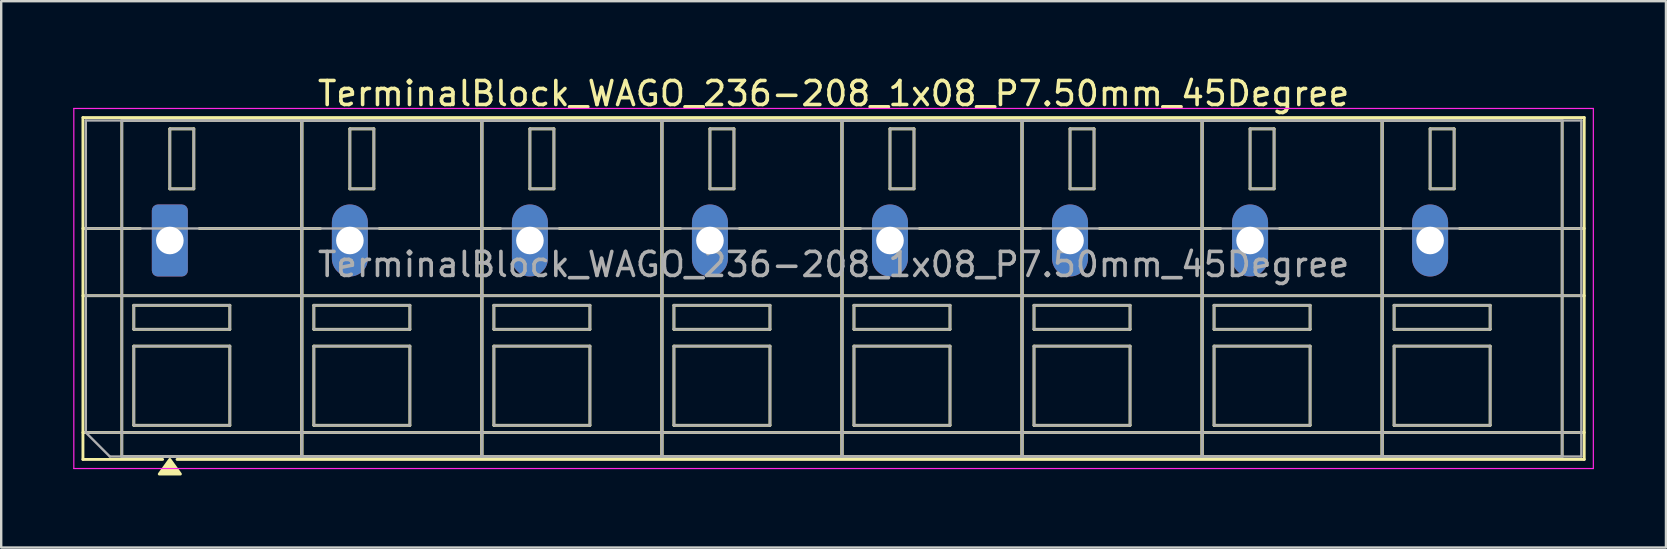
<source format=kicad_pcb>
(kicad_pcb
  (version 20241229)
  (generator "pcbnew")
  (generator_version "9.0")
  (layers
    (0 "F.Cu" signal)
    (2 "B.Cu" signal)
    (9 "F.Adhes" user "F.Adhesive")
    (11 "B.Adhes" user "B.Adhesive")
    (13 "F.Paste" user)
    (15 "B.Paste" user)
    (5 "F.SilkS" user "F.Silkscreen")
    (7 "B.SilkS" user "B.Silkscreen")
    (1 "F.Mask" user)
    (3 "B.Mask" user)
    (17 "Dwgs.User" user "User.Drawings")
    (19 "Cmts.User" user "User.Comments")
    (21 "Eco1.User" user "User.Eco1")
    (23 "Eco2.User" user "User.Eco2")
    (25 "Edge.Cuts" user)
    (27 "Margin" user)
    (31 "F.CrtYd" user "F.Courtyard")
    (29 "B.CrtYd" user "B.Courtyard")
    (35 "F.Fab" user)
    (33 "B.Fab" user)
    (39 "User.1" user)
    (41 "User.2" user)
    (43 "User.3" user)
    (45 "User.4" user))
  (footprint "TerminalBlock_WAGO_236-208_1x08_P7.50mm_45Degree"
    (layer "F.Cu")
    (at 4.025 6.968)
    (property "Reference" "TerminalBlock_WAGO_236-208_1x08_P7.50mm_45Degree" (at 27.65 -6.12 0) (layer "F.SilkS") (effects (font (size 1 1) (thickness 0.15))))
    (attr through_hole)
    (fp_line (start -3.62 -5.12) (end -3.62 9.12) (stroke (width 0.12) (type solid)) (layer "F.SilkS"))
    (fp_line (start -3.62 -5.12) (end 58.92 -5.12) (stroke (width 0.12) (type solid)) (layer "F.SilkS"))
    (fp_line (start -3.62 -0.5) (end -1.23 -0.5) (stroke (width 0.12) (type solid)) (layer "F.SilkS"))
    (fp_line (start -3.62 2.3) (end 58.92 2.3) (stroke (width 0.12) (type solid)) (layer "F.SilkS"))
    (fp_line (start -3.62 8) (end 58.92 8) (stroke (width 0.12) (type solid)) (layer "F.SilkS"))
    (fp_line (start -3.62 9.12) (end -0.3 9.12) (stroke (width 0.12) (type solid)) (layer "F.SilkS"))
    (fp_line (start -2 -5) (end -2 9) (stroke (width 0.12) (type solid)) (layer "F.SilkS"))
    (fp_line (start -2 -5) (end 5.5 -5) (stroke (width 0.12) (type solid)) (layer "F.SilkS"))
    (fp_line (start -2 9) (end 5.5 9) (stroke (width 0.12) (type solid)) (layer "F.SilkS"))
    (fp_line (start -1.5 2.7) (end -1.5 3.7) (stroke (width 0.12) (type solid)) (layer "F.SilkS"))
    (fp_line (start -1.5 2.7) (end 2.5 2.7) (stroke (width 0.12) (type solid)) (layer "F.SilkS"))
    (fp_line (start -1.5 3.7) (end 2.5 3.7) (stroke (width 0.12) (type solid)) (layer "F.SilkS"))
    (fp_line (start -1.5 4.4) (end -1.5 7.7) (stroke (width 0.12) (type solid)) (layer "F.SilkS"))
    (fp_line (start -1.5 4.4) (end 2.5 4.4) (stroke (width 0.12) (type solid)) (layer "F.SilkS"))
    (fp_line (start -1.5 7.7) (end 2.5 7.7) (stroke (width 0.12) (type solid)) (layer "F.SilkS"))
    (fp_line (start 0 -4.65) (end 0 -2.15) (stroke (width 0.12) (type solid)) (layer "F.SilkS"))
    (fp_line (start 0 -4.65) (end 1 -4.65) (stroke (width 0.12) (type solid)) (layer "F.SilkS"))
    (fp_line (start 0 -2.15) (end 1 -2.15) (stroke (width 0.12) (type solid)) (layer "F.SilkS"))
    (fp_line (start 0.3 9.12) (end 58.92 9.12) (stroke (width 0.12) (type solid)) (layer "F.SilkS"))
    (fp_line (start 1 -4.65) (end 1 -2.15) (stroke (width 0.12) (type solid)) (layer "F.SilkS"))
    (fp_line (start 1.23 -0.5) (end 6.27 -0.5) (stroke (width 0.12) (type solid)) (layer "F.SilkS"))
    (fp_line (start 2.5 2.7) (end 2.5 3.7) (stroke (width 0.12) (type solid)) (layer "F.SilkS"))
    (fp_line (start 2.5 4.4) (end 2.5 7.7) (stroke (width 0.12) (type solid)) (layer "F.SilkS"))
    (fp_line (start 5.5 -5) (end 5.5 9) (stroke (width 0.12) (type solid)) (layer "F.SilkS"))
    (fp_line (start 5.5 -5) (end 5.5 9) (stroke (width 0.12) (type solid)) (layer "F.SilkS"))
    (fp_line (start 5.5 -5) (end 13 -5) (stroke (width 0.12) (type solid)) (layer "F.SilkS"))
    (fp_line (start 5.5 9) (end 13 9) (stroke (width 0.12) (type solid)) (layer "F.SilkS"))
    (fp_line (start 6 2.7) (end 6 3.7) (stroke (width 0.12) (type solid)) (layer "F.SilkS"))
    (fp_line (start 6 2.7) (end 10 2.7) (stroke (width 0.12) (type solid)) (layer "F.SilkS"))
    (fp_line (start 6 3.7) (end 10 3.7) (stroke (width 0.12) (type solid)) (layer "F.SilkS"))
    (fp_line (start 6 4.4) (end 6 7.7) (stroke (width 0.12) (type solid)) (layer "F.SilkS"))
    (fp_line (start 6 4.4) (end 10 4.4) (stroke (width 0.12) (type solid)) (layer "F.SilkS"))
    (fp_line (start 6 7.7) (end 10 7.7) (stroke (width 0.12) (type solid)) (layer "F.SilkS"))
    (fp_line (start 7.5 -4.65) (end 7.5 -2.15) (stroke (width 0.12) (type solid)) (layer "F.SilkS"))
    (fp_line (start 7.5 -4.65) (end 8.5 -4.65) (stroke (width 0.12) (type solid)) (layer "F.SilkS"))
    (fp_line (start 7.5 -2.15) (end 8.5 -2.15) (stroke (width 0.12) (type solid)) (layer "F.SilkS"))
    (fp_line (start 8.5 -4.65) (end 8.5 -2.15) (stroke (width 0.12) (type solid)) (layer "F.SilkS"))
    (fp_line (start 8.73 -0.5) (end 13.77 -0.5) (stroke (width 0.12) (type solid)) (layer "F.SilkS"))
    (fp_line (start 10 2.7) (end 10 3.7) (stroke (width 0.12) (type solid)) (layer "F.SilkS"))
    (fp_line (start 10 4.4) (end 10 7.7) (stroke (width 0.12) (type solid)) (layer "F.SilkS"))
    (fp_line (start 13 -5) (end 13 9) (stroke (width 0.12) (type solid)) (layer "F.SilkS"))
    (fp_line (start 13 -5) (end 13 9) (stroke (width 0.12) (type solid)) (layer "F.SilkS"))
    (fp_line (start 13 -5) (end 20.5 -5) (stroke (width 0.12) (type solid)) (layer "F.SilkS"))
    (fp_line (start 13 9) (end 20.5 9) (stroke (width 0.12) (type solid)) (layer "F.SilkS"))
    (fp_line (start 13.5 2.7) (end 13.5 3.7) (stroke (width 0.12) (type solid)) (layer "F.SilkS"))
    (fp_line (start 13.5 2.7) (end 17.5 2.7) (stroke (width 0.12) (type solid)) (layer "F.SilkS"))
    (fp_line (start 13.5 3.7) (end 17.5 3.7) (stroke (width 0.12) (type solid)) (layer "F.SilkS"))
    (fp_line (start 13.5 4.4) (end 13.5 7.7) (stroke (width 0.12) (type solid)) (layer "F.SilkS"))
    (fp_line (start 13.5 4.4) (end 17.5 4.4) (stroke (width 0.12) (type solid)) (layer "F.SilkS"))
    (fp_line (start 13.5 7.7) (end 17.5 7.7) (stroke (width 0.12) (type solid)) (layer "F.SilkS"))
    (fp_line (start 15 -4.65) (end 15 -2.15) (stroke (width 0.12) (type solid)) (layer "F.SilkS"))
    (fp_line (start 15 -4.65) (end 16 -4.65) (stroke (width 0.12) (type solid)) (layer "F.SilkS"))
    (fp_line (start 15 -2.15) (end 16 -2.15) (stroke (width 0.12) (type solid)) (layer "F.SilkS"))
    (fp_line (start 16 -4.65) (end 16 -2.15) (stroke (width 0.12) (type solid)) (layer "F.SilkS"))
    (fp_line (start 16.23 -0.5) (end 21.27 -0.5) (stroke (width 0.12) (type solid)) (layer "F.SilkS"))
    (fp_line (start 17.5 2.7) (end 17.5 3.7) (stroke (width 0.12) (type solid)) (layer "F.SilkS"))
    (fp_line (start 17.5 4.4) (end 17.5 7.7) (stroke (width 0.12) (type solid)) (layer "F.SilkS"))
    (fp_line (start 20.5 -5) (end 20.5 9) (stroke (width 0.12) (type solid)) (layer "F.SilkS"))
    (fp_line (start 20.5 -5) (end 20.5 9) (stroke (width 0.12) (type solid)) (layer "F.SilkS"))
    (fp_line (start 20.5 -5) (end 28 -5) (stroke (width 0.12) (type solid)) (layer "F.SilkS"))
    (fp_line (start 20.5 9) (end 28 9) (stroke (width 0.12) (type solid)) (layer "F.SilkS"))
    (fp_line (start 21 2.7) (end 21 3.7) (stroke (width 0.12) (type solid)) (layer "F.SilkS"))
    (fp_line (start 21 2.7) (end 25 2.7) (stroke (width 0.12) (type solid)) (layer "F.SilkS"))
    (fp_line (start 21 3.7) (end 25 3.7) (stroke (width 0.12) (type solid)) (layer "F.SilkS"))
    (fp_line (start 21 4.4) (end 21 7.7) (stroke (width 0.12) (type solid)) (layer "F.SilkS"))
    (fp_line (start 21 4.4) (end 25 4.4) (stroke (width 0.12) (type solid)) (layer "F.SilkS"))
    (fp_line (start 21 7.7) (end 25 7.7) (stroke (width 0.12) (type solid)) (layer "F.SilkS"))
    (fp_line (start 22.5 -4.65) (end 22.5 -2.15) (stroke (width 0.12) (type solid)) (layer "F.SilkS"))
    (fp_line (start 22.5 -4.65) (end 23.5 -4.65) (stroke (width 0.12) (type solid)) (layer "F.SilkS"))
    (fp_line (start 22.5 -2.15) (end 23.5 -2.15) (stroke (width 0.12) (type solid)) (layer "F.SilkS"))
    (fp_line (start 23.5 -4.65) (end 23.5 -2.15) (stroke (width 0.12) (type solid)) (layer "F.SilkS"))
    (fp_line (start 23.73 -0.5) (end 28.77 -0.5) (stroke (width 0.12) (type solid)) (layer "F.SilkS"))
    (fp_line (start 25 2.7) (end 25 3.7) (stroke (width 0.12) (type solid)) (layer "F.SilkS"))
    (fp_line (start 25 4.4) (end 25 7.7) (stroke (width 0.12) (type solid)) (layer "F.SilkS"))
    (fp_line (start 28 -5) (end 28 9) (stroke (width 0.12) (type solid)) (layer "F.SilkS"))
    (fp_line (start 28 -5) (end 28 9) (stroke (width 0.12) (type solid)) (layer "F.SilkS"))
    (fp_line (start 28 -5) (end 35.5 -5) (stroke (width 0.12) (type solid)) (layer "F.SilkS"))
    (fp_line (start 28 9) (end 35.5 9) (stroke (width 0.12) (type solid)) (layer "F.SilkS"))
    (fp_line (start 28.5 2.7) (end 28.5 3.7) (stroke (width 0.12) (type solid)) (layer "F.SilkS"))
    (fp_line (start 28.5 2.7) (end 32.5 2.7) (stroke (width 0.12) (type solid)) (layer "F.SilkS"))
    (fp_line (start 28.5 3.7) (end 32.5 3.7) (stroke (width 0.12) (type solid)) (layer "F.SilkS"))
    (fp_line (start 28.5 4.4) (end 28.5 7.7) (stroke (width 0.12) (type solid)) (layer "F.SilkS"))
    (fp_line (start 28.5 4.4) (end 32.5 4.4) (stroke (width 0.12) (type solid)) (layer "F.SilkS"))
    (fp_line (start 28.5 7.7) (end 32.5 7.7) (stroke (width 0.12) (type solid)) (layer "F.SilkS"))
    (fp_line (start 30 -4.65) (end 30 -2.15) (stroke (width 0.12) (type solid)) (layer "F.SilkS"))
    (fp_line (start 30 -4.65) (end 31 -4.65) (stroke (width 0.12) (type solid)) (layer "F.SilkS"))
    (fp_line (start 30 -2.15) (end 31 -2.15) (stroke (width 0.12) (type solid)) (layer "F.SilkS"))
    (fp_line (start 31 -4.65) (end 31 -2.15) (stroke (width 0.12) (type solid)) (layer "F.SilkS"))
    (fp_line (start 31.23 -0.5) (end 36.27 -0.5) (stroke (width 0.12) (type solid)) (layer "F.SilkS"))
    (fp_line (start 32.5 2.7) (end 32.5 3.7) (stroke (width 0.12) (type solid)) (layer "F.SilkS"))
    (fp_line (start 32.5 4.4) (end 32.5 7.7) (stroke (width 0.12) (type solid)) (layer "F.SilkS"))
    (fp_line (start 35.5 -5) (end 35.5 9) (stroke (width 0.12) (type solid)) (layer "F.SilkS"))
    (fp_line (start 35.5 -5) (end 35.5 9) (stroke (width 0.12) (type solid)) (layer "F.SilkS"))
    (fp_line (start 35.5 -5) (end 43 -5) (stroke (width 0.12) (type solid)) (layer "F.SilkS"))
    (fp_line (start 35.5 9) (end 43 9) (stroke (width 0.12) (type solid)) (layer "F.SilkS"))
    (fp_line (start 36 2.7) (end 36 3.7) (stroke (width 0.12) (type solid)) (layer "F.SilkS"))
    (fp_line (start 36 2.7) (end 40 2.7) (stroke (width 0.12) (type solid)) (layer "F.SilkS"))
    (fp_line (start 36 3.7) (end 40 3.7) (stroke (width 0.12) (type solid)) (layer "F.SilkS"))
    (fp_line (start 36 4.4) (end 36 7.7) (stroke (width 0.12) (type solid)) (layer "F.SilkS"))
    (fp_line (start 36 4.4) (end 40 4.4) (stroke (width 0.12) (type solid)) (layer "F.SilkS"))
    (fp_line (start 36 7.7) (end 40 7.7) (stroke (width 0.12) (type solid)) (layer "F.SilkS"))
    (fp_line (start 37.5 -4.65) (end 37.5 -2.15) (stroke (width 0.12) (type solid)) (layer "F.SilkS"))
    (fp_line (start 37.5 -4.65) (end 38.5 -4.65) (stroke (width 0.12) (type solid)) (layer "F.SilkS"))
    (fp_line (start 37.5 -2.15) (end 38.5 -2.15) (stroke (width 0.12) (type solid)) (layer "F.SilkS"))
    (fp_line (start 38.5 -4.65) (end 38.5 -2.15) (stroke (width 0.12) (type solid)) (layer "F.SilkS"))
    (fp_line (start 38.73 -0.5) (end 43.77 -0.5) (stroke (width 0.12) (type solid)) (layer "F.SilkS"))
    (fp_line (start 40 2.7) (end 40 3.7) (stroke (width 0.12) (type solid)) (layer "F.SilkS"))
    (fp_line (start 40 4.4) (end 40 7.7) (stroke (width 0.12) (type solid)) (layer "F.SilkS"))
    (fp_line (start 43 -5) (end 43 9) (stroke (width 0.12) (type solid)) (layer "F.SilkS"))
    (fp_line (start 43 -5) (end 43 9) (stroke (width 0.12) (type solid)) (layer "F.SilkS"))
    (fp_line (start 43 -5) (end 50.5 -5) (stroke (width 0.12) (type solid)) (layer "F.SilkS"))
    (fp_line (start 43 9) (end 50.5 9) (stroke (width 0.12) (type solid)) (layer "F.SilkS"))
    (fp_line (start 43.5 2.7) (end 43.5 3.7) (stroke (width 0.12) (type solid)) (layer "F.SilkS"))
    (fp_line (start 43.5 2.7) (end 47.5 2.7) (stroke (width 0.12) (type solid)) (layer "F.SilkS"))
    (fp_line (start 43.5 3.7) (end 47.5 3.7) (stroke (width 0.12) (type solid)) (layer "F.SilkS"))
    (fp_line (start 43.5 4.4) (end 43.5 7.7) (stroke (width 0.12) (type solid)) (layer "F.SilkS"))
    (fp_line (start 43.5 4.4) (end 47.5 4.4) (stroke (width 0.12) (type solid)) (layer "F.SilkS"))
    (fp_line (start 43.5 7.7) (end 47.5 7.7) (stroke (width 0.12) (type solid)) (layer "F.SilkS"))
    (fp_line (start 45 -4.65) (end 45 -2.15) (stroke (width 0.12) (type solid)) (layer "F.SilkS"))
    (fp_line (start 45 -4.65) (end 46 -4.65) (stroke (width 0.12) (type solid)) (layer "F.SilkS"))
    (fp_line (start 45 -2.15) (end 46 -2.15) (stroke (width 0.12) (type solid)) (layer "F.SilkS"))
    (fp_line (start 46 -4.65) (end 46 -2.15) (stroke (width 0.12) (type solid)) (layer "F.SilkS"))
    (fp_line (start 46.23 -0.5) (end 51.27 -0.5) (stroke (width 0.12) (type solid)) (layer "F.SilkS"))
    (fp_line (start 47.5 2.7) (end 47.5 3.7) (stroke (width 0.12) (type solid)) (layer "F.SilkS"))
    (fp_line (start 47.5 4.4) (end 47.5 7.7) (stroke (width 0.12) (type solid)) (layer "F.SilkS"))
    (fp_line (start 50.5 -5) (end 50.5 9) (stroke (width 0.12) (type solid)) (layer "F.SilkS"))
    (fp_line (start 50.5 -5) (end 50.5 9) (stroke (width 0.12) (type solid)) (layer "F.SilkS"))
    (fp_line (start 50.5 -5) (end 58 -5) (stroke (width 0.12) (type solid)) (layer "F.SilkS"))
    (fp_line (start 50.5 9) (end 58 9) (stroke (width 0.12) (type solid)) (layer "F.SilkS"))
    (fp_line (start 51 2.7) (end 51 3.7) (stroke (width 0.12) (type solid)) (layer "F.SilkS"))
    (fp_line (start 51 2.7) (end 55 2.7) (stroke (width 0.12) (type solid)) (layer "F.SilkS"))
    (fp_line (start 51 3.7) (end 55 3.7) (stroke (width 0.12) (type solid)) (layer "F.SilkS"))
    (fp_line (start 51 4.4) (end 51 7.7) (stroke (width 0.12) (type solid)) (layer "F.SilkS"))
    (fp_line (start 51 4.4) (end 55 4.4) (stroke (width 0.12) (type solid)) (layer "F.SilkS"))
    (fp_line (start 51 7.7) (end 55 7.7) (stroke (width 0.12) (type solid)) (layer "F.SilkS"))
    (fp_line (start 52.5 -4.65) (end 52.5 -2.15) (stroke (width 0.12) (type solid)) (layer "F.SilkS"))
    (fp_line (start 52.5 -4.65) (end 53.5 -4.65) (stroke (width 0.12) (type solid)) (layer "F.SilkS"))
    (fp_line (start 52.5 -2.15) (end 53.5 -2.15) (stroke (width 0.12) (type solid)) (layer "F.SilkS"))
    (fp_line (start 53.5 -4.65) (end 53.5 -2.15) (stroke (width 0.12) (type solid)) (layer "F.SilkS"))
    (fp_line (start 53.73 -0.5) (end 58.92 -0.5) (stroke (width 0.12) (type solid)) (layer "F.SilkS"))
    (fp_line (start 55 2.7) (end 55 3.7) (stroke (width 0.12) (type solid)) (layer "F.SilkS"))
    (fp_line (start 55 4.4) (end 55 7.7) (stroke (width 0.12) (type solid)) (layer "F.SilkS"))
    (fp_line (start 58 -5) (end 58 9) (stroke (width 0.12) (type solid)) (layer "F.SilkS"))
    (fp_line (start 58.92 -5.12) (end 58.92 9.12) (stroke (width 0.12) (type solid)) (layer "F.SilkS"))
    (fp_poly (pts (xy 0 9.12) (xy 0.44 9.73) (xy -0.44 9.73)) (stroke (width 0.12) (type solid)) (fill yes) (layer "F.SilkS"))
    (fp_line (start -4 -5.5) (end -4 9.5) (stroke (width 0.05) (type solid)) (layer "F.CrtYd"))
    (fp_line (start -4 9.5) (end 59.3 9.5) (stroke (width 0.05) (type solid)) (layer "F.CrtYd"))
    (fp_line (start 59.3 -5.5) (end -4 -5.5) (stroke (width 0.05) (type solid)) (layer "F.CrtYd"))
    (fp_line (start 59.3 9.5) (end 59.3 -5.5) (stroke (width 0.05) (type solid)) (layer "F.CrtYd"))
    (fp_line (start -3.5 -5) (end 58.8 -5) (stroke (width 0.1) (type solid)) (layer "F.Fab"))
    (fp_line (start -3.5 -0.5) (end 58.8 -0.5) (stroke (width 0.1) (type solid)) (layer "F.Fab"))
    (fp_line (start -3.5 2.3) (end 58.8 2.3) (stroke (width 0.1) (type solid)) (layer "F.Fab"))
    (fp_line (start -3.5 8) (end -3.5 -5) (stroke (width 0.1) (type solid)) (layer "F.Fab"))
    (fp_line (start -3.5 8) (end 58.8 8) (stroke (width 0.1) (type solid)) (layer "F.Fab"))
    (fp_line (start -2.5 9) (end -3.5 8) (stroke (width 0.1) (type solid)) (layer "F.Fab"))
    (fp_line (start -2 -5) (end -2 9) (stroke (width 0.1) (type solid)) (layer "F.Fab"))
    (fp_line (start -2 9) (end 5.5 9) (stroke (width 0.1) (type solid)) (layer "F.Fab"))
    (fp_line (start -1.5 2.7) (end -1.5 3.7) (stroke (width 0.1) (type solid)) (layer "F.Fab"))
    (fp_line (start -1.5 3.7) (end 2.5 3.7) (stroke (width 0.1) (type solid)) (layer "F.Fab"))
    (fp_line (start -1.5 4.4) (end -1.5 7.7) (stroke (width 0.1) (type solid)) (layer "F.Fab"))
    (fp_line (start -1.5 7.7) (end 2.5 7.7) (stroke (width 0.1) (type solid)) (layer "F.Fab"))
    (fp_line (start 0 -4.65) (end 0 -2.15) (stroke (width 0.1) (type solid)) (layer "F.Fab"))
    (fp_line (start 0 -2.15) (end 1 -2.15) (stroke (width 0.1) (type solid)) (layer "F.Fab"))
    (fp_line (start 1 -4.65) (end 0 -4.65) (stroke (width 0.1) (type solid)) (layer "F.Fab"))
    (fp_line (start 1 -2.15) (end 1 -4.65) (stroke (width 0.1) (type solid)) (layer "F.Fab"))
    (fp_line (start 2.5 2.7) (end -1.5 2.7) (stroke (width 0.1) (type solid)) (layer "F.Fab"))
    (fp_line (start 2.5 3.7) (end 2.5 2.7) (stroke (width 0.1) (type solid)) (layer "F.Fab"))
    (fp_line (start 2.5 4.4) (end -1.5 4.4) (stroke (width 0.1) (type solid)) (layer "F.Fab"))
    (fp_line (start 2.5 7.7) (end 2.5 4.4) (stroke (width 0.1) (type solid)) (layer "F.Fab"))
    (fp_line (start 5.5 -5) (end -2 -5) (stroke (width 0.1) (type solid)) (layer "F.Fab"))
    (fp_line (start 5.5 -5) (end 5.5 9) (stroke (width 0.1) (type solid)) (layer "F.Fab"))
    (fp_line (start 5.5 9) (end 5.5 -5) (stroke (width 0.1) (type solid)) (layer "F.Fab"))
    (fp_line (start 5.5 9) (end 13 9) (stroke (width 0.1) (type solid)) (layer "F.Fab"))
    (fp_line (start 6 2.7) (end 6 3.7) (stroke (width 0.1) (type solid)) (layer "F.Fab"))
    (fp_line (start 6 3.7) (end 10 3.7) (stroke (width 0.1) (type solid)) (layer "F.Fab"))
    (fp_line (start 6 4.4) (end 6 7.7) (stroke (width 0.1) (type solid)) (layer "F.Fab"))
    (fp_line (start 6 7.7) (end 10 7.7) (stroke (width 0.1) (type solid)) (layer "F.Fab"))
    (fp_line (start 7.5 -4.65) (end 7.5 -2.15) (stroke (width 0.1) (type solid)) (layer "F.Fab"))
    (fp_line (start 7.5 -2.15) (end 8.5 -2.15) (stroke (width 0.1) (type solid)) (layer "F.Fab"))
    (fp_line (start 8.5 -4.65) (end 7.5 -4.65) (stroke (width 0.1) (type solid)) (layer "F.Fab"))
    (fp_line (start 8.5 -2.15) (end 8.5 -4.65) (stroke (width 0.1) (type solid)) (layer "F.Fab"))
    (fp_line (start 10 2.7) (end 6 2.7) (stroke (width 0.1) (type solid)) (layer "F.Fab"))
    (fp_line (start 10 3.7) (end 10 2.7) (stroke (width 0.1) (type solid)) (layer "F.Fab"))
    (fp_line (start 10 4.4) (end 6 4.4) (stroke (width 0.1) (type solid)) (layer "F.Fab"))
    (fp_line (start 10 7.7) (end 10 4.4) (stroke (width 0.1) (type solid)) (layer "F.Fab"))
    (fp_line (start 13 -5) (end 5.5 -5) (stroke (width 0.1) (type solid)) (layer "F.Fab"))
    (fp_line (start 13 -5) (end 13 9) (stroke (width 0.1) (type solid)) (layer "F.Fab"))
    (fp_line (start 13 9) (end 13 -5) (stroke (width 0.1) (type solid)) (layer "F.Fab"))
    (fp_line (start 13 9) (end 20.5 9) (stroke (width 0.1) (type solid)) (layer "F.Fab"))
    (fp_line (start 13.5 2.7) (end 13.5 3.7) (stroke (width 0.1) (type solid)) (layer "F.Fab"))
    (fp_line (start 13.5 3.7) (end 17.5 3.7) (stroke (width 0.1) (type solid)) (layer "F.Fab"))
    (fp_line (start 13.5 4.4) (end 13.5 7.7) (stroke (width 0.1) (type solid)) (layer "F.Fab"))
    (fp_line (start 13.5 7.7) (end 17.5 7.7) (stroke (width 0.1) (type solid)) (layer "F.Fab"))
    (fp_line (start 15 -4.65) (end 15 -2.15) (stroke (width 0.1) (type solid)) (layer "F.Fab"))
    (fp_line (start 15 -2.15) (end 16 -2.15) (stroke (width 0.1) (type solid)) (layer "F.Fab"))
    (fp_line (start 16 -4.65) (end 15 -4.65) (stroke (width 0.1) (type solid)) (layer "F.Fab"))
    (fp_line (start 16 -2.15) (end 16 -4.65) (stroke (width 0.1) (type solid)) (layer "F.Fab"))
    (fp_line (start 17.5 2.7) (end 13.5 2.7) (stroke (width 0.1) (type solid)) (layer "F.Fab"))
    (fp_line (start 17.5 3.7) (end 17.5 2.7) (stroke (width 0.1) (type solid)) (layer "F.Fab"))
    (fp_line (start 17.5 4.4) (end 13.5 4.4) (stroke (width 0.1) (type solid)) (layer "F.Fab"))
    (fp_line (start 17.5 7.7) (end 17.5 4.4) (stroke (width 0.1) (type solid)) (layer "F.Fab"))
    (fp_line (start 20.5 -5) (end 13 -5) (stroke (width 0.1) (type solid)) (layer "F.Fab"))
    (fp_line (start 20.5 -5) (end 20.5 9) (stroke (width 0.1) (type solid)) (layer "F.Fab"))
    (fp_line (start 20.5 9) (end 20.5 -5) (stroke (width 0.1) (type solid)) (layer "F.Fab"))
    (fp_line (start 20.5 9) (end 28 9) (stroke (width 0.1) (type solid)) (layer "F.Fab"))
    (fp_line (start 21 2.7) (end 21 3.7) (stroke (width 0.1) (type solid)) (layer "F.Fab"))
    (fp_line (start 21 3.7) (end 25 3.7) (stroke (width 0.1) (type solid)) (layer "F.Fab"))
    (fp_line (start 21 4.4) (end 21 7.7) (stroke (width 0.1) (type solid)) (layer "F.Fab"))
    (fp_line (start 21 7.7) (end 25 7.7) (stroke (width 0.1) (type solid)) (layer "F.Fab"))
    (fp_line (start 22.5 -4.65) (end 22.5 -2.15) (stroke (width 0.1) (type solid)) (layer "F.Fab"))
    (fp_line (start 22.5 -2.15) (end 23.5 -2.15) (stroke (width 0.1) (type solid)) (layer "F.Fab"))
    (fp_line (start 23.5 -4.65) (end 22.5 -4.65) (stroke (width 0.1) (type solid)) (layer "F.Fab"))
    (fp_line (start 23.5 -2.15) (end 23.5 -4.65) (stroke (width 0.1) (type solid)) (layer "F.Fab"))
    (fp_line (start 25 2.7) (end 21 2.7) (stroke (width 0.1) (type solid)) (layer "F.Fab"))
    (fp_line (start 25 3.7) (end 25 2.7) (stroke (width 0.1) (type solid)) (layer "F.Fab"))
    (fp_line (start 25 4.4) (end 21 4.4) (stroke (width 0.1) (type solid)) (layer "F.Fab"))
    (fp_line (start 25 7.7) (end 25 4.4) (stroke (width 0.1) (type solid)) (layer "F.Fab"))
    (fp_line (start 28 -5) (end 20.5 -5) (stroke (width 0.1) (type solid)) (layer "F.Fab"))
    (fp_line (start 28 -5) (end 28 9) (stroke (width 0.1) (type solid)) (layer "F.Fab"))
    (fp_line (start 28 9) (end 28 -5) (stroke (width 0.1) (type solid)) (layer "F.Fab"))
    (fp_line (start 28 9) (end 35.5 9) (stroke (width 0.1) (type solid)) (layer "F.Fab"))
    (fp_line (start 28.5 2.7) (end 28.5 3.7) (stroke (width 0.1) (type solid)) (layer "F.Fab"))
    (fp_line (start 28.5 3.7) (end 32.5 3.7) (stroke (width 0.1) (type solid)) (layer "F.Fab"))
    (fp_line (start 28.5 4.4) (end 28.5 7.7) (stroke (width 0.1) (type solid)) (layer "F.Fab"))
    (fp_line (start 28.5 7.7) (end 32.5 7.7) (stroke (width 0.1) (type solid)) (layer "F.Fab"))
    (fp_line (start 30 -4.65) (end 30 -2.15) (stroke (width 0.1) (type solid)) (layer "F.Fab"))
    (fp_line (start 30 -2.15) (end 31 -2.15) (stroke (width 0.1) (type solid)) (layer "F.Fab"))
    (fp_line (start 31 -4.65) (end 30 -4.65) (stroke (width 0.1) (type solid)) (layer "F.Fab"))
    (fp_line (start 31 -2.15) (end 31 -4.65) (stroke (width 0.1) (type solid)) (layer "F.Fab"))
    (fp_line (start 32.5 2.7) (end 28.5 2.7) (stroke (width 0.1) (type solid)) (layer "F.Fab"))
    (fp_line (start 32.5 3.7) (end 32.5 2.7) (stroke (width 0.1) (type solid)) (layer "F.Fab"))
    (fp_line (start 32.5 4.4) (end 28.5 4.4) (stroke (width 0.1) (type solid)) (layer "F.Fab"))
    (fp_line (start 32.5 7.7) (end 32.5 4.4) (stroke (width 0.1) (type solid)) (layer "F.Fab"))
    (fp_line (start 35.5 -5) (end 28 -5) (stroke (width 0.1) (type solid)) (layer "F.Fab"))
    (fp_line (start 35.5 -5) (end 35.5 9) (stroke (width 0.1) (type solid)) (layer "F.Fab"))
    (fp_line (start 35.5 9) (end 35.5 -5) (stroke (width 0.1) (type solid)) (layer "F.Fab"))
    (fp_line (start 35.5 9) (end 43 9) (stroke (width 0.1) (type solid)) (layer "F.Fab"))
    (fp_line (start 36 2.7) (end 36 3.7) (stroke (width 0.1) (type solid)) (layer "F.Fab"))
    (fp_line (start 36 3.7) (end 40 3.7) (stroke (width 0.1) (type solid)) (layer "F.Fab"))
    (fp_line (start 36 4.4) (end 36 7.7) (stroke (width 0.1) (type solid)) (layer "F.Fab"))
    (fp_line (start 36 7.7) (end 40 7.7) (stroke (width 0.1) (type solid)) (layer "F.Fab"))
    (fp_line (start 37.5 -4.65) (end 37.5 -2.15) (stroke (width 0.1) (type solid)) (layer "F.Fab"))
    (fp_line (start 37.5 -2.15) (end 38.5 -2.15) (stroke (width 0.1) (type solid)) (layer "F.Fab"))
    (fp_line (start 38.5 -4.65) (end 37.5 -4.65) (stroke (width 0.1) (type solid)) (layer "F.Fab"))
    (fp_line (start 38.5 -2.15) (end 38.5 -4.65) (stroke (width 0.1) (type solid)) (layer "F.Fab"))
    (fp_line (start 40 2.7) (end 36 2.7) (stroke (width 0.1) (type solid)) (layer "F.Fab"))
    (fp_line (start 40 3.7) (end 40 2.7) (stroke (width 0.1) (type solid)) (layer "F.Fab"))
    (fp_line (start 40 4.4) (end 36 4.4) (stroke (width 0.1) (type solid)) (layer "F.Fab"))
    (fp_line (start 40 7.7) (end 40 4.4) (stroke (width 0.1) (type solid)) (layer "F.Fab"))
    (fp_line (start 43 -5) (end 35.5 -5) (stroke (width 0.1) (type solid)) (layer "F.Fab"))
    (fp_line (start 43 -5) (end 43 9) (stroke (width 0.1) (type solid)) (layer "F.Fab"))
    (fp_line (start 43 9) (end 43 -5) (stroke (width 0.1) (type solid)) (layer "F.Fab"))
    (fp_line (start 43 9) (end 50.5 9) (stroke (width 0.1) (type solid)) (layer "F.Fab"))
    (fp_line (start 43.5 2.7) (end 43.5 3.7) (stroke (width 0.1) (type solid)) (layer "F.Fab"))
    (fp_line (start 43.5 3.7) (end 47.5 3.7) (stroke (width 0.1) (type solid)) (layer "F.Fab"))
    (fp_line (start 43.5 4.4) (end 43.5 7.7) (stroke (width 0.1) (type solid)) (layer "F.Fab"))
    (fp_line (start 43.5 7.7) (end 47.5 7.7) (stroke (width 0.1) (type solid)) (layer "F.Fab"))
    (fp_line (start 45 -4.65) (end 45 -2.15) (stroke (width 0.1) (type solid)) (layer "F.Fab"))
    (fp_line (start 45 -2.15) (end 46 -2.15) (stroke (width 0.1) (type solid)) (layer "F.Fab"))
    (fp_line (start 46 -4.65) (end 45 -4.65) (stroke (width 0.1) (type solid)) (layer "F.Fab"))
    (fp_line (start 46 -2.15) (end 46 -4.65) (stroke (width 0.1) (type solid)) (layer "F.Fab"))
    (fp_line (start 47.5 2.7) (end 43.5 2.7) (stroke (width 0.1) (type solid)) (layer "F.Fab"))
    (fp_line (start 47.5 3.7) (end 47.5 2.7) (stroke (width 0.1) (type solid)) (layer "F.Fab"))
    (fp_line (start 47.5 4.4) (end 43.5 4.4) (stroke (width 0.1) (type solid)) (layer "F.Fab"))
    (fp_line (start 47.5 7.7) (end 47.5 4.4) (stroke (width 0.1) (type solid)) (layer "F.Fab"))
    (fp_line (start 50.5 -5) (end 43 -5) (stroke (width 0.1) (type solid)) (layer "F.Fab"))
    (fp_line (start 50.5 -5) (end 50.5 9) (stroke (width 0.1) (type solid)) (layer "F.Fab"))
    (fp_line (start 50.5 9) (end 50.5 -5) (stroke (width 0.1) (type solid)) (layer "F.Fab"))
    (fp_line (start 50.5 9) (end 58 9) (stroke (width 0.1) (type solid)) (layer "F.Fab"))
    (fp_line (start 51 2.7) (end 51 3.7) (stroke (width 0.1) (type solid)) (layer "F.Fab"))
    (fp_line (start 51 3.7) (end 55 3.7) (stroke (width 0.1) (type solid)) (layer "F.Fab"))
    (fp_line (start 51 4.4) (end 51 7.7) (stroke (width 0.1) (type solid)) (layer "F.Fab"))
    (fp_line (start 51 7.7) (end 55 7.7) (stroke (width 0.1) (type solid)) (layer "F.Fab"))
    (fp_line (start 52.5 -4.65) (end 52.5 -2.15) (stroke (width 0.1) (type solid)) (layer "F.Fab"))
    (fp_line (start 52.5 -2.15) (end 53.5 -2.15) (stroke (width 0.1) (type solid)) (layer "F.Fab"))
    (fp_line (start 53.5 -4.65) (end 52.5 -4.65) (stroke (width 0.1) (type solid)) (layer "F.Fab"))
    (fp_line (start 53.5 -2.15) (end 53.5 -4.65) (stroke (width 0.1) (type solid)) (layer "F.Fab"))
    (fp_line (start 55 2.7) (end 51 2.7) (stroke (width 0.1) (type solid)) (layer "F.Fab"))
    (fp_line (start 55 3.7) (end 55 2.7) (stroke (width 0.1) (type solid)) (layer "F.Fab"))
    (fp_line (start 55 4.4) (end 51 4.4) (stroke (width 0.1) (type solid)) (layer "F.Fab"))
    (fp_line (start 55 7.7) (end 55 4.4) (stroke (width 0.1) (type solid)) (layer "F.Fab"))
    (fp_line (start 58 -5) (end 50.5 -5) (stroke (width 0.1) (type solid)) (layer "F.Fab"))
    (fp_line (start 58 9) (end 58 -5) (stroke (width 0.1) (type solid)) (layer "F.Fab"))
    (fp_line (start 58.8 -5) (end 58.8 9) (stroke (width 0.1) (type solid)) (layer "F.Fab"))
    (fp_line (start 58.8 9) (end -2.5 9) (stroke (width 0.1) (type solid)) (layer "F.Fab"))
    (fp_text user "${REFERENCE}" (at 27.65 1 0) (layer "F.Fab") (effects (font (size 1 1) (thickness 0.15))))
    (pad "1" thru_hole roundrect (at 0 0) (size 1.5 3) (drill 1.15) (layers "*.Cu" "*.Mask") (roundrect_rratio 0.167))
    (pad "2" thru_hole oval (at 7.5 0) (size 1.5 3) (drill 1.15) (layers "*.Cu" "*.Mask"))
    (pad "3" thru_hole oval (at 15 0) (size 1.5 3) (drill 1.15) (layers "*.Cu" "*.Mask"))
    (pad "4" thru_hole oval (at 22.5 0) (size 1.5 3) (drill 1.15) (layers "*.Cu" "*.Mask"))
    (pad "5" thru_hole oval (at 30 0) (size 1.5 3) (drill 1.15) (layers "*.Cu" "*.Mask"))
    (pad "6" thru_hole oval (at 37.5 0) (size 1.5 3) (drill 1.15) (layers "*.Cu" "*.Mask"))
    (pad "7" thru_hole oval (at 45 0) (size 1.5 3) (drill 1.15) (layers "*.Cu" "*.Mask"))
    (pad "8" thru_hole oval (at 52.5 0) (size 1.5 3) (drill 1.15) (layers "*.Cu" "*.Mask")))
  (gr_rect
    (start -3 -3)
    (end 66.35 19.758)
    (stroke (width 0.1) (type default))
    (fill no)
    (layer "Edge.Cuts")))
</source>
